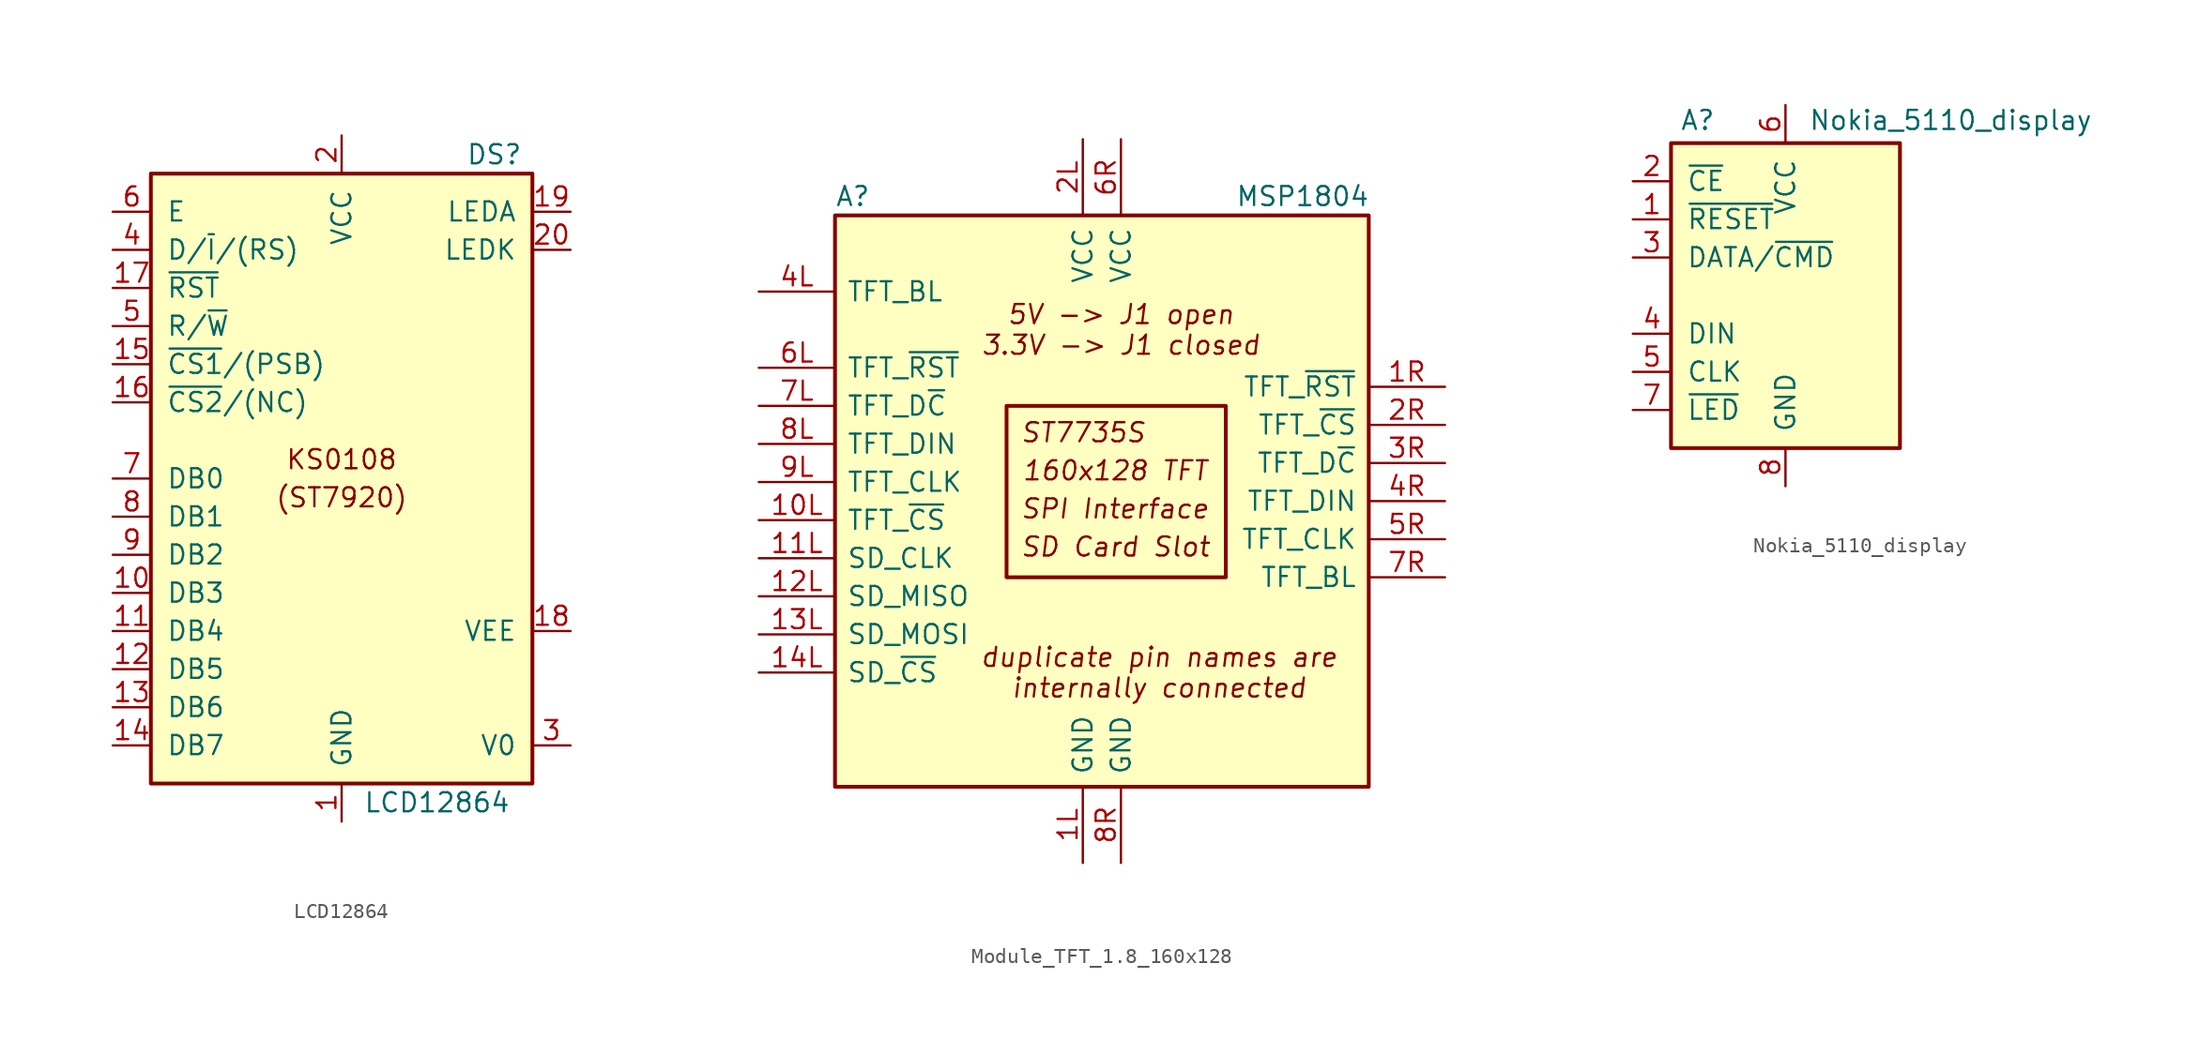
<source format=kicad_sym>
(kicad_symbol_lib
  (version 20220914)
  (generator kicad_symbol_editor)
  (symbol "LCD12864"
    (pin_names
      (offset 1.016))
    (property "Reference" "DS"
      (at 10.16 21.59 0)
      (effects (font (size 1.27 1.27))))
    (property "Value" "LCD12864"
      (at 6.35 -21.59 0)
      (effects (font (size 1.27 1.27))))
    (symbol "LCD12864_0_0"
      (text "(ST7920)" (at 0 -1.27 0) (effects (font (size 1.27 1.27))))
      (text "KS0108" (at 0 1.27 0) (effects (font (size 1.27 1.27)))))
    (symbol "LCD12864_0_1"
      (rectangle (start -12.7 20.32) (end 12.7 -20.32) (stroke (width 0.254) (type default)) (fill (type background))))
    (symbol "LCD12864_1_1"
      (pin power_in line (at 0 -22.86 90) (length 2.54) (name "GND" (effects (font (size 1.27 1.27)))) (number "1" (effects (font (size 1.27 1.27)))))
      (pin bidirectional line (at -15.24 -7.62 0) (length 2.54) (name "DB3" (effects (font (size 1.27 1.27)))) (number "10" (effects (font (size 1.27 1.27)))))
      (pin bidirectional line (at -15.24 -10.16 0) (length 2.54) (name "DB4" (effects (font (size 1.27 1.27)))) (number "11" (effects (font (size 1.27 1.27)))))
      (pin bidirectional line (at -15.24 -12.7 0) (length 2.54) (name "DB5" (effects (font (size 1.27 1.27)))) (number "12" (effects (font (size 1.27 1.27)))))
      (pin bidirectional line (at -15.24 -15.24 0) (length 2.54) (name "DB6" (effects (font (size 1.27 1.27)))) (number "13" (effects (font (size 1.27 1.27)))))
      (pin bidirectional line (at -15.24 -17.78 0) (length 2.54) (name "DB7" (effects (font (size 1.27 1.27)))) (number "14" (effects (font (size 1.27 1.27)))))
      (pin input line (at -15.24 7.62 0) (length 2.54) (name "~{CS1}/(PSB)" (effects (font (size 1.27 1.27)))) (number "15" (effects (font (size 1.27 1.27)))))
      (pin input line (at -15.24 5.08 0) (length 2.54) (name "~{CS2}/(NC)" (effects (font (size 1.27 1.27)))) (number "16" (effects (font (size 1.27 1.27)))))
      (pin input line (at -15.24 12.7 0) (length 2.54) (name "~{RST}" (effects (font (size 1.27 1.27)))) (number "17" (effects (font (size 1.27 1.27)))))
      (pin passive line (at 15.24 -10.16 180) (length 2.54) (name "VEE" (effects (font (size 1.27 1.27)))) (number "18" (effects (font (size 1.27 1.27)))))
      (pin passive line (at 15.24 17.78 180) (length 2.54) (name "LEDA" (effects (font (size 1.27 1.27)))) (number "19" (effects (font (size 1.27 1.27)))))
      (pin power_in line (at 0 22.86 270) (length 2.54) (name "VCC" (effects (font (size 1.27 1.27)))) (number "2" (effects (font (size 1.27 1.27)))))
      (pin passive line (at 15.24 15.24 180) (length 2.54) (name "LEDK" (effects (font (size 1.27 1.27)))) (number "20" (effects (font (size 1.27 1.27)))))
      (pin passive line (at 15.24 -17.78 180) (length 2.54) (name "V0" (effects (font (size 1.27 1.27)))) (number "3" (effects (font (size 1.27 1.27)))))
      (pin input line (at -15.24 15.24 0) (length 2.54) (name "D/~{I}/(RS)" (effects (font (size 1.27 1.27)))) (number "4" (effects (font (size 1.27 1.27)))))
      (pin input line (at -15.24 10.16 0) (length 2.54) (name "R/~{W}" (effects (font (size 1.27 1.27)))) (number "5" (effects (font (size 1.27 1.27)))))
      (pin input line (at -15.24 17.78 0) (length 2.54) (name "E" (effects (font (size 1.27 1.27)))) (number "6" (effects (font (size 1.27 1.27)))))
      (pin bidirectional line (at -15.24 0 0) (length 2.54) (name "DB0" (effects (font (size 1.27 1.27)))) (number "7" (effects (font (size 1.27 1.27)))))
      (pin bidirectional line (at -15.24 -2.54 0) (length 2.54) (name "DB1" (effects (font (size 1.27 1.27)))) (number "8" (effects (font (size 1.27 1.27)))))
      (pin bidirectional line (at -15.24 -5.08 0) (length 2.54) (name "DB2" (effects (font (size 1.27 1.27)))) (number "9" (effects (font (size 1.27 1.27)))))))
  (symbol "Module_TFT_1.8_160x128"
    (pin_names
      (offset 0.762))
    (property "Reference" "A"
      (at -17.78 20.32 0)
      (effects (font (size 1.27 1.27)) (justify left)))
    (property "Value" "MSP1804"
      (at 8.89 20.32 0)
      (effects (font (size 1.27 1.27)) (justify left)))
    (symbol "Module_TFT_1.8_160x128_0_0"
      (text "SD Card Slot" (at -5.461 -3.048 0) (effects (font (size 1.27 1.27) italic) (justify left)))
      (text "SPI Interface" (at -5.461 -0.508 0) (effects (font (size 1.27 1.27) italic) (justify left))))
    (symbol "Module_TFT_1.8_160x128_0_1"
      (rectangle (start -17.78 19.05) (end 17.78 -19.05) (stroke (width 0.254) (type default)) (fill (type background)))
      (rectangle (start -6.35 6.35) (end 8.255 -5.08) (stroke (width 0.254) (type default)) (fill (type none))))
    (symbol "Module_TFT_1.8_160x128_1_0"
      (text "160x128 TFT" (at 0.889 2.032 0) (effects (font (size 1.27 1.27) italic)))
      (text "5V -> J1 open\n3.3V -> J1 closed" (at 1.27 11.43 0) (effects (font (size 1.27 1.27) italic)))
      (text "duplicate pin names are\ninternally connected" (at 3.81 -11.43 0) (effects (font (size 1.27 1.27) italic)))
      (text "ST7735S" (at -5.461 4.572 0) (effects (font (size 1.27 1.27) italic) (justify left))))
    (symbol "Module_TFT_1.8_160x128_1_1"
      (pin input line (at -22.86 -1.27 0) (length 5.08) (name "TFT_~{CS}" (effects (font (size 1.27 1.27)))) (number "10L" (effects (font (size 1.27 1.27)))))
      (pin input line (at -22.86 -3.81 0) (length 5.08) (name "SD_CLK" (effects (font (size 1.27 1.27)))) (number "11L" (effects (font (size 1.27 1.27)))))
      (pin output line (at -22.86 -6.35 0) (length 5.08) (name "SD_MISO" (effects (font (size 1.27 1.27)))) (number "12L" (effects (font (size 1.27 1.27)))))
      (pin input line (at -22.86 -8.89 0) (length 5.08) (name "SD_MOSI" (effects (font (size 1.27 1.27)))) (number "13L" (effects (font (size 1.27 1.27)))))
      (pin input line (at -22.86 -11.43 0) (length 5.08) (name "SD_~{CS}" (effects (font (size 1.27 1.27)))) (number "14L" (effects (font (size 1.27 1.27)))))
      (pin no_connect line (at -22.86 -13.97 0) (length 5.08) hide (name "NC" (effects (font (size 1.27 1.27)))) (number "15L" (effects (font (size 1.27 1.27)))))
      (pin no_connect line (at -22.86 -16.51 0) (length 5.08) hide (name "NC" (effects (font (size 1.27 1.27)))) (number "16L" (effects (font (size 1.27 1.27)))))
      (pin power_in line (at -1.27 -24.13 90) (length 5.08) (name "GND" (effects (font (size 1.27 1.27)))) (number "1L" (effects (font (size 1.27 1.27)))))
      (pin input line (at 22.86 7.62 180) (length 5.08) (name "TFT_~{RST}" (effects (font (size 1.27 1.27)))) (number "1R" (effects (font (size 1.27 1.27)))))
      (pin power_in line (at -1.27 24.13 270) (length 5.08) (name "VCC" (effects (font (size 1.27 1.27)))) (number "2L" (effects (font (size 1.27 1.27)))))
      (pin input line (at 22.86 5.08 180) (length 5.08) (name "TFT_~{CS}" (effects (font (size 1.27 1.27)))) (number "2R" (effects (font (size 1.27 1.27)))))
      (pin no_connect line (at -22.86 16.51 0) (length 5.08) hide (name "NC" (effects (font (size 1.27 1.27)))) (number "3L" (effects (font (size 1.27 1.27)))))
      (pin input line (at 22.86 2.54 180) (length 5.08) (name "TFT_D~{C}" (effects (font (size 1.27 1.27)))) (number "3R" (effects (font (size 1.27 1.27)))))
      (pin input line (at -22.86 13.97 0) (length 5.08) (name "TFT_BL" (effects (font (size 1.27 1.27)))) (number "4L" (effects (font (size 1.27 1.27)))))
      (pin input line (at 22.86 0 180) (length 5.08) (name "TFT_DIN" (effects (font (size 1.27 1.27)))) (number "4R" (effects (font (size 1.27 1.27)))))
      (pin no_connect line (at -22.86 11.43 0) (length 5.08) hide (name "NC" (effects (font (size 1.27 1.27)))) (number "5L" (effects (font (size 1.27 1.27)))))
      (pin input line (at 22.86 -2.54 180) (length 5.08) (name "TFT_CLK" (effects (font (size 1.27 1.27)))) (number "5R" (effects (font (size 1.27 1.27)))))
      (pin input line (at -22.86 8.89 0) (length 5.08) (name "TFT_~{RST}" (effects (font (size 1.27 1.27)))) (number "6L" (effects (font (size 1.27 1.27)))))
      (pin power_in line (at 1.27 24.13 270) (length 5.08) (name "VCC" (effects (font (size 1.27 1.27)))) (number "6R" (effects (font (size 1.27 1.27)))))
      (pin input line (at -22.86 6.35 0) (length 5.08) (name "TFT_D~{C}" (effects (font (size 1.27 1.27)))) (number "7L" (effects (font (size 1.27 1.27)))))
      (pin input line (at 22.86 -5.08 180) (length 5.08) (name "TFT_BL" (effects (font (size 1.27 1.27)))) (number "7R" (effects (font (size 1.27 1.27)))))
      (pin input line (at -22.86 3.81 0) (length 5.08) (name "TFT_DIN" (effects (font (size 1.27 1.27)))) (number "8L" (effects (font (size 1.27 1.27)))))
      (pin power_in line (at 1.27 -24.13 90) (length 5.08) (name "GND" (effects (font (size 1.27 1.27)))) (number "8R" (effects (font (size 1.27 1.27)))))
      (pin input line (at -22.86 1.27 0) (length 5.08) (name "TFT_CLK" (effects (font (size 1.27 1.27)))) (number "9L" (effects (font (size 1.27 1.27)))))))
  (symbol "Nokia_5110_display"
    (pin_names
      (offset 1.016))
    (property "Reference" "A"
      (at -5.842 11.684 0)
      (effects (font (size 1.27 1.27))))
    (property "Value" "Nokia_5110_display"
      (at 1.524 11.684 0)
      (effects (font (size 1.27 1.27)) (justify left)))
    (symbol "Nokia_5110_display_0_1"
      (rectangle (start -7.62 10.16) (end 7.62 -10.16) (stroke (width 0.254) (type default)) (fill (type background))))
    (symbol "Nokia_5110_display_1_1"
      (pin input line (at -10.16 5.08 0) (length 2.54) (name "~{RESET}" (effects (font (size 1.27 1.27)))) (number "1" (effects (font (size 1.27 1.27)))))
      (pin input line (at -10.16 7.62 0) (length 2.54) (name "~{CE}" (effects (font (size 1.27 1.27)))) (number "2" (effects (font (size 1.27 1.27)))))
      (pin input line (at -10.16 2.54 0) (length 2.54) (name "DATA/~{CMD}" (effects (font (size 1.27 1.27)))) (number "3" (effects (font (size 1.27 1.27)))))
      (pin input line (at -10.16 -2.54 0) (length 2.54) (name "DIN" (effects (font (size 1.27 1.27)))) (number "4" (effects (font (size 1.27 1.27)))))
      (pin input line (at -10.16 -5.08 0) (length 2.54) (name "CLK" (effects (font (size 1.27 1.27)))) (number "5" (effects (font (size 1.27 1.27)))))
      (pin power_in line (at 0 12.7 270) (length 2.54) (name "VCC" (effects (font (size 1.27 1.27)))) (number "6" (effects (font (size 1.27 1.27)))))
      (pin input line (at -10.16 -7.62 0) (length 2.54) (name "~{LED}" (effects (font (size 1.27 1.27)))) (number "7" (effects (font (size 1.27 1.27)))))
      (pin power_in line (at 0 -12.7 90) (length 2.54) (name "GND" (effects (font (size 1.27 1.27)))) (number "8" (effects (font (size 1.27 1.27))))))))
</source>
